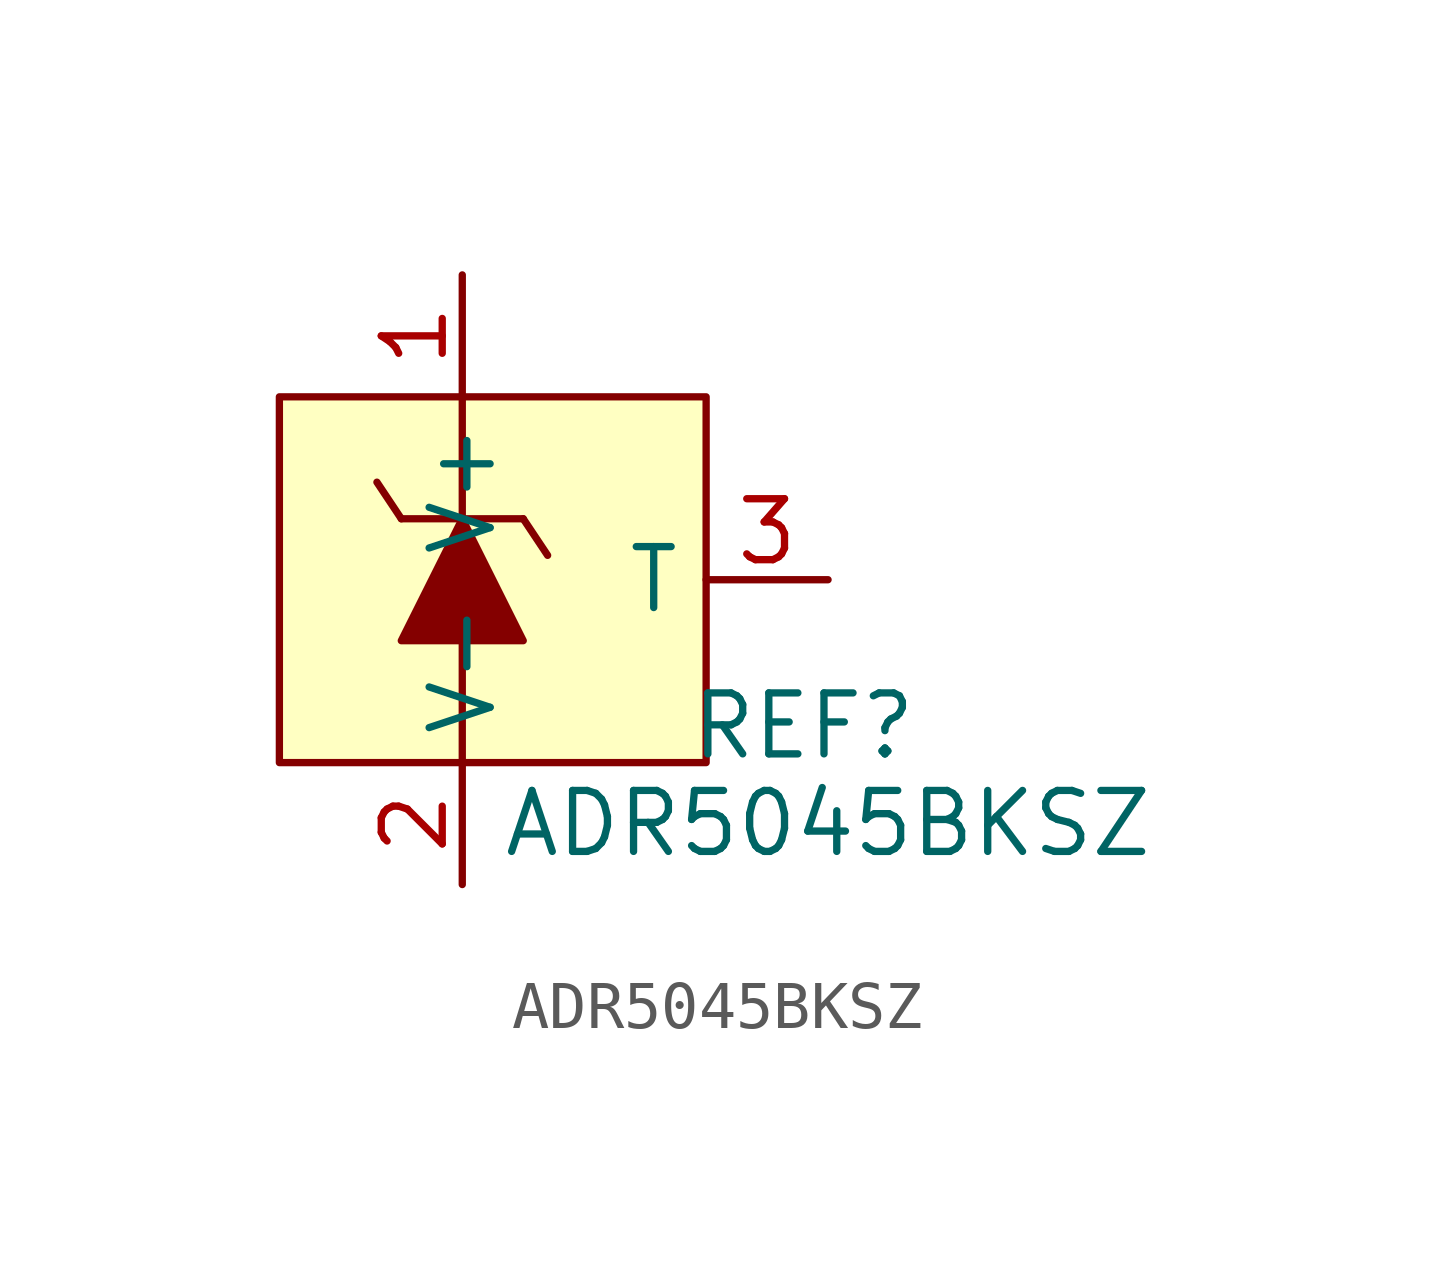
<source format=kicad_sym>
(kicad_symbol_lib
  (version 20231120)
  (generator "kicad_symbol_editor")
  (generator_version "8.0")
  (symbol "ADR5045BKSZ"
    (property "Reference" "REF"
      (at 7.112 -3.048 0)
      (effects (font (size 1.27 1.27))))
    (property "Value" "ADR5045BKSZ"
      (at 7.62 -5.08 0)
      (effects (font (size 1.27 1.27))))
    (symbol "ADR5045BKSZ_0_1"
      (polyline (pts (xy -1.778 2.032) (xy -1.27 1.27)) (stroke (width 0) (type default)) (fill (type none)))
      (polyline (pts (xy -1.27 1.27) (xy 1.27 1.27)) (stroke (width 0) (type default)) (fill (type none)))
      (polyline (pts (xy 0 -1.27) (xy 0 -3.81)) (stroke (width 0) (type default)) (fill (type none)))
      (polyline (pts (xy 0 1.27) (xy 0 3.81)) (stroke (width 0) (type default)) (fill (type none)))
      (polyline (pts (xy 1.27 1.27) (xy 1.778 0.508)) (stroke (width 0) (type default)) (fill (type none))))
    (symbol "ADR5045BKSZ_1_1"
      (rectangle (start -3.81 3.81) (end 5.08 -3.81) (stroke (width 0) (type default)) (fill (type background)))
      (polyline (pts (xy 0 1.27) (xy -1.27 -1.27) (xy 1.27 -1.27) (xy 0 1.27)) (stroke (width 0) (type default)) (fill (type outline)))
      (pin passive line (at 0 6.35 270) (length 2.54) (name "V+" (effects (font (size 1.27 1.27)))) (number "1" (effects (font (size 1.27 1.27)))))
      (pin passive line (at 0 -6.35 90) (length 2.54) (name "V-" (effects (font (size 1.27 1.27)))) (number "2" (effects (font (size 1.27 1.27)))))
      (pin passive line (at 7.62 0 180) (length 2.54) (name "T" (effects (font (size 1.27 1.27)))) (number "3" (effects (font (size 1.27 1.27))))))))
</source>
